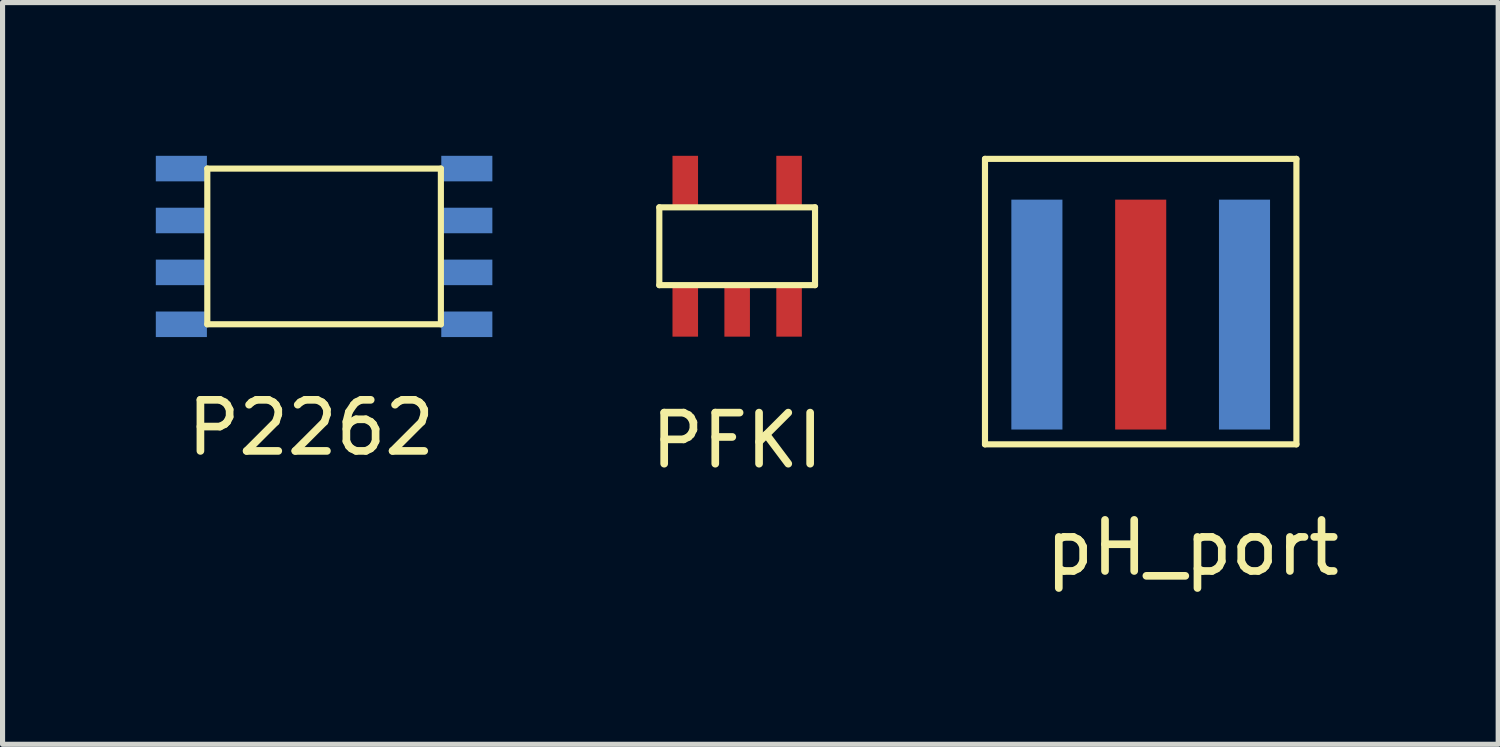
<source format=kicad_pcb>
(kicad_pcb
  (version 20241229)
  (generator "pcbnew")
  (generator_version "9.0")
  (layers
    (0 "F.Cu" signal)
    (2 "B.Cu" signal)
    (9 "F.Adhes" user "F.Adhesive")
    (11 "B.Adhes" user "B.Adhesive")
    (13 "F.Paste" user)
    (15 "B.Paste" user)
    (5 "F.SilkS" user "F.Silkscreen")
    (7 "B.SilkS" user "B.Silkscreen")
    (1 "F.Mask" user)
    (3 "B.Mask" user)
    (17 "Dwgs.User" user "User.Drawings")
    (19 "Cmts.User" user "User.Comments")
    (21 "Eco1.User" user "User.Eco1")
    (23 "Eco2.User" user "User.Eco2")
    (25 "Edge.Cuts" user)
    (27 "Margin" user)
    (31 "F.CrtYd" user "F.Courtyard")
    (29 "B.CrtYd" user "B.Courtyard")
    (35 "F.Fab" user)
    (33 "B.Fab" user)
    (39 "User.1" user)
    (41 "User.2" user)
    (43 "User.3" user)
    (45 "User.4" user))
  (footprint "pH_port"
    (layer "F.Cu")
    (at 20.295 7.172)
    (property "Reference" "pH_port" (at 0 0.5 0) (layer "F.SilkS") (effects (font (size 1 1) (thickness 0.15))))
    (attr through_hole)
    (fp_line (start -4.064 -7.112) (end -4.064 -1.524) (stroke (width 0.12) (type solid)) (layer "F.SilkS"))
    (fp_line (start -4.064 -1.524) (end 2.032 -1.524) (stroke (width 0.12) (type solid)) (layer "F.SilkS"))
    (fp_line (start 2.032 -7.112) (end -4.064 -7.112) (stroke (width 0.12) (type solid)) (layer "F.SilkS"))
    (fp_line (start 2.032 -1.524) (end 2.032 -7.112) (stroke (width 0.12) (type solid)) (layer "F.SilkS"))
    (pad "1" smd rect (at -1.016 -4.064) (size 1 4.5) (layers "F.Cu" "F.Mask" "F.Paste"))
    (pad "2" smd rect (at 1.016 -4.064) (size 1 4.5) (layers "B.Cu" "B.Mask" "B.Paste"))
    (pad "3" smd rect (at -3.048 -4.064) (size 1 4.5) (layers "B.Cu" "B.Mask" "B.Paste")))
  (footprint "PFKI"
    (layer "F.Cu")
    (at 11.38 5.072)
    (property "Reference" "PFKI" (at 0 0.5 0) (layer "F.SilkS") (effects (font (size 1 1) (thickness 0.15))))
    (attr through_hole)
    (fp_line (start -1.524 -4.064) (end -1.524 -2.54) (stroke (width 0.12) (type solid)) (layer "F.SilkS"))
    (fp_line (start -1.524 -2.54) (end 1.524 -2.54) (stroke (width 0.12) (type solid)) (layer "F.SilkS"))
    (fp_line (start 1.524 -4.064) (end -1.524 -4.064) (stroke (width 0.12) (type solid)) (layer "F.SilkS"))
    (fp_line (start 1.524 -2.54) (end 1.524 -4.064) (stroke (width 0.12) (type solid)) (layer "F.SilkS"))
    (pad "1" smd rect (at -1.016 -2.032) (size 0.5 1) (layers "F.Cu" "F.Mask" "F.Paste"))
    (pad "2" smd rect (at 0 -2.032) (size 0.5 1) (layers "F.Cu" "F.Mask" "F.Paste"))
    (pad "3" smd rect (at 1.016 -2.032) (size 0.5 1) (layers "F.Cu" "F.Mask" "F.Paste"))
    (pad "4" smd rect (at 1.016 -4.572) (size 0.5 1) (layers "F.Cu" "F.Mask" "F.Paste"))
    (pad "5" smd rect (at -1.016 -4.572) (size 0.5 1) (layers "F.Cu" "F.Mask" "F.Paste")))
  (footprint "P2262"
    (layer "F.Cu")
    (at 3.04 4.822)
    (property "Reference" "P2262" (at 0 0.5 0) (layer "F.SilkS") (effects (font (size 1 1) (thickness 0.15))))
    (attr through_hole)
    (fp_line (start -2.032 -4.572) (end -2.032 -1.524) (stroke (width 0.12) (type solid)) (layer "F.SilkS"))
    (fp_line (start -2.032 -1.524) (end 2.54 -1.524) (stroke (width 0.12) (type solid)) (layer "F.SilkS"))
    (fp_line (start 2.54 -4.572) (end -2.032 -4.572) (stroke (width 0.12) (type solid)) (layer "F.SilkS"))
    (fp_line (start 2.54 -1.524) (end 2.54 -4.572) (stroke (width 0.12) (type solid)) (layer "F.SilkS"))
    (pad "1" smd rect (at -2.54 -4.572) (size 1 0.5) (layers "B.Cu" "B.Mask" "B.Paste"))
    (pad "2" smd rect (at -2.54 -3.556) (size 1 0.5) (layers "B.Cu" "B.Mask" "B.Paste"))
    (pad "3" smd rect (at -2.54 -2.54) (size 1 0.5) (layers "B.Cu" "B.Mask" "B.Paste"))
    (pad "4" smd rect (at -2.54 -1.524) (size 1 0.5) (layers "B.Cu" "B.Mask" "B.Paste"))
    (pad "5" smd rect (at 3.048 -4.572) (size 1 0.5) (layers "B.Cu" "B.Mask" "B.Paste"))
    (pad "6" smd rect (at 3.048 -3.556) (size 1 0.5) (layers "B.Cu" "B.Mask" "B.Paste"))
    (pad "7" smd rect (at 3.048 -2.54) (size 1 0.5) (layers "B.Cu" "B.Mask" "B.Paste"))
    (pad "8" smd rect (at 3.048 -1.524) (size 1 0.5) (layers "B.Cu" "B.Mask" "B.Paste")))
  (gr_rect
    (start -3 -3)
    (end 26.277 11.52)
    (stroke (width 0.1) (type default))
    (fill no)
    (layer "Edge.Cuts")))
</source>
